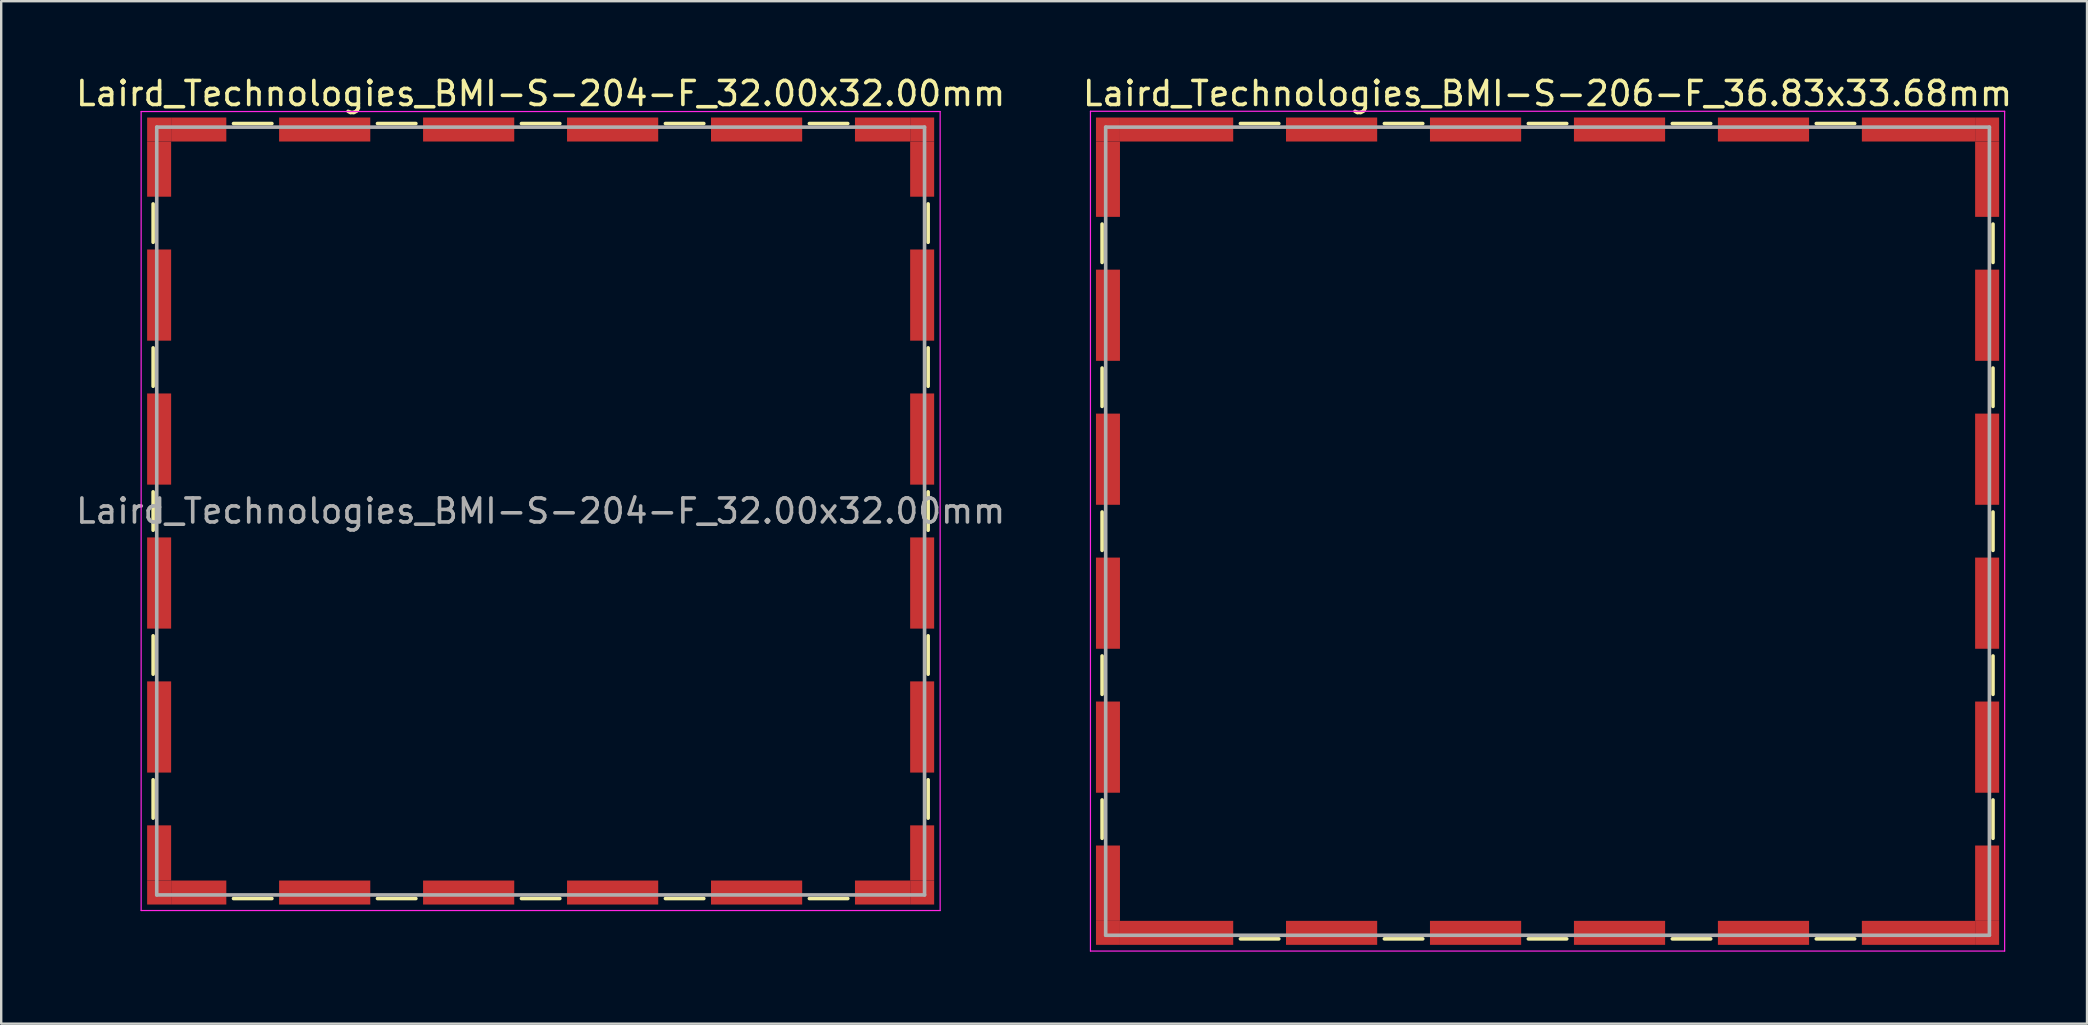
<source format=kicad_pcb>
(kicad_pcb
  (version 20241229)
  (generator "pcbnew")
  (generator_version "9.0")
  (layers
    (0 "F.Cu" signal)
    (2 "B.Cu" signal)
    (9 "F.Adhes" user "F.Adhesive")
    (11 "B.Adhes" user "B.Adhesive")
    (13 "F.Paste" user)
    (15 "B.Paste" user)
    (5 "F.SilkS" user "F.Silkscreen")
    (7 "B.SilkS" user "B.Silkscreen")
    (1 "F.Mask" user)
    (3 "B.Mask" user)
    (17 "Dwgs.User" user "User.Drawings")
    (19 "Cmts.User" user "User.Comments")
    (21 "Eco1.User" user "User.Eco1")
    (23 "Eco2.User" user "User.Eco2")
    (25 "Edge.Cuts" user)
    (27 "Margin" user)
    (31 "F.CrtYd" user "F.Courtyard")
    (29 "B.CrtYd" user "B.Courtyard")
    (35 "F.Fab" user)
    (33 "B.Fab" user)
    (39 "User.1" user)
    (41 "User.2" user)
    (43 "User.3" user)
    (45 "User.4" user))
  (footprint "Laird_Technologies_BMI-S-204-F_32.00x32.00mm"
    (layer "F.Cu")
    (at 19.482 18.248)
    (property "Reference" "Laird_Technologies_BMI-S-204-F_32.00x32.00mm" (at 0 -17.4 0) (layer "F.SilkS") (effects (font (size 1 1) (thickness 0.15))))
    (attr smd)
    (fp_line (start -16.15 -12.8) (end -16.15 -11.2) (stroke (width 0.15) (type solid)) (layer "F.SilkS"))
    (fp_line (start -16.15 -6.8) (end -16.15 -5.2) (stroke (width 0.15) (type solid)) (layer "F.SilkS"))
    (fp_line (start -16.15 -0.8) (end -16.15 0.8) (stroke (width 0.15) (type solid)) (layer "F.SilkS"))
    (fp_line (start -16.15 5.2) (end -16.15 6.8) (stroke (width 0.15) (type solid)) (layer "F.SilkS"))
    (fp_line (start -16.15 11.2) (end -16.15 12.8) (stroke (width 0.15) (type solid)) (layer "F.SilkS"))
    (fp_line (start -12.8 -16.15) (end -11.2 -16.15) (stroke (width 0.15) (type solid)) (layer "F.SilkS"))
    (fp_line (start -12.8 16.15) (end -11.2 16.15) (stroke (width 0.15) (type solid)) (layer "F.SilkS"))
    (fp_line (start -6.8 -16.15) (end -5.2 -16.15) (stroke (width 0.15) (type solid)) (layer "F.SilkS"))
    (fp_line (start -6.8 16.15) (end -5.2 16.15) (stroke (width 0.15) (type solid)) (layer "F.SilkS"))
    (fp_line (start -0.8 -16.15) (end 0.8 -16.15) (stroke (width 0.15) (type solid)) (layer "F.SilkS"))
    (fp_line (start -0.8 16.15) (end 0.8 16.15) (stroke (width 0.15) (type solid)) (layer "F.SilkS"))
    (fp_line (start 5.2 -16.15) (end 6.8 -16.15) (stroke (width 0.15) (type solid)) (layer "F.SilkS"))
    (fp_line (start 5.2 16.15) (end 6.8 16.15) (stroke (width 0.15) (type solid)) (layer "F.SilkS"))
    (fp_line (start 11.2 -16.15) (end 12.8 -16.15) (stroke (width 0.15) (type solid)) (layer "F.SilkS"))
    (fp_line (start 11.2 16.15) (end 12.8 16.15) (stroke (width 0.15) (type solid)) (layer "F.SilkS"))
    (fp_line (start 16.15 -12.8) (end 16.15 -11.2) (stroke (width 0.15) (type solid)) (layer "F.SilkS"))
    (fp_line (start 16.15 -6.8) (end 16.15 -5.2) (stroke (width 0.15) (type solid)) (layer "F.SilkS"))
    (fp_line (start 16.15 -0.8) (end 16.15 0.8) (stroke (width 0.15) (type solid)) (layer "F.SilkS"))
    (fp_line (start 16.15 5.2) (end 16.15 6.8) (stroke (width 0.15) (type solid)) (layer "F.SilkS"))
    (fp_line (start 16.15 11.2) (end 16.15 12.8) (stroke (width 0.15) (type solid)) (layer "F.SilkS"))
    (fp_line (start -16.65 -16.65) (end -16.65 16.65) (stroke (width 0.05) (type solid)) (layer "F.CrtYd"))
    (fp_line (start -16.65 16.65) (end 16.65 16.65) (stroke (width 0.05) (type solid)) (layer "F.CrtYd"))
    (fp_line (start 16.65 -16.65) (end -16.65 -16.65) (stroke (width 0.05) (type solid)) (layer "F.CrtYd"))
    (fp_line (start 16.65 16.65) (end 16.65 -16.65) (stroke (width 0.05) (type solid)) (layer "F.CrtYd"))
    (fp_line (start -16 -16) (end -16 16) (stroke (width 0.15) (type solid)) (layer "F.Fab"))
    (fp_line (start -16 16) (end 16 16) (stroke (width 0.15) (type solid)) (layer "F.Fab"))
    (fp_line (start 16 -16) (end -16 -16) (stroke (width 0.15) (type solid)) (layer "F.Fab"))
    (fp_line (start 16 16) (end 16 -16) (stroke (width 0.15) (type solid)) (layer "F.Fab"))
    (fp_text user "${REFERENCE}" (at 0 0 0) (layer "F.Fab") (effects (font (size 1 1) (thickness 0.15))))
    (pad "1" smd rect (at -15.9 -15.9) (size 1 1) (layers "F.Cu" "F.Mask"))
    (pad "1" smd rect (at -15.9 -14.25) (size 1 2.3) (layers "F.Cu" "F.Mask"))
    (pad "1" smd rect (at -15.9 -9) (size 1 3.8) (layers "F.Cu" "F.Mask"))
    (pad "1" smd rect (at -15.9 -3) (size 1 3.8) (layers "F.Cu" "F.Mask"))
    (pad "1" smd rect (at -15.9 3) (size 1 3.8) (layers "F.Cu" "F.Mask"))
    (pad "1" smd rect (at -15.9 9) (size 1 3.8) (layers "F.Cu" "F.Mask"))
    (pad "1" smd rect (at -15.9 14.25) (size 1 2.3) (layers "F.Cu" "F.Mask"))
    (pad "1" smd rect (at -15.9 15.9) (size 1 1) (layers "F.Cu" "F.Mask"))
    (pad "1" smd rect (at -14.25 -15.9) (size 2.3 1) (layers "F.Cu" "F.Mask"))
    (pad "1" smd rect (at -14.25 15.9) (size 2.3 1) (layers "F.Cu" "F.Mask"))
    (pad "1" smd rect (at -9 -15.9) (size 3.8 1) (layers "F.Cu" "F.Mask"))
    (pad "1" smd rect (at -9 15.9) (size 3.8 1) (layers "F.Cu" "F.Mask"))
    (pad "1" smd rect (at -3 -15.9) (size 3.8 1) (layers "F.Cu" "F.Mask"))
    (pad "1" smd rect (at -3 15.9) (size 3.8 1) (layers "F.Cu" "F.Mask"))
    (pad "1" smd rect (at 3 -15.9) (size 3.8 1) (layers "F.Cu" "F.Mask"))
    (pad "1" smd rect (at 3 15.9) (size 3.8 1) (layers "F.Cu" "F.Mask"))
    (pad "1" smd rect (at 9 -15.9) (size 3.8 1) (layers "F.Cu" "F.Mask"))
    (pad "1" smd rect (at 9 15.9) (size 3.8 1) (layers "F.Cu" "F.Mask"))
    (pad "1" smd rect (at 14.25 -15.9) (size 2.3 1) (layers "F.Cu" "F.Mask"))
    (pad "1" smd rect (at 14.25 15.9) (size 2.3 1) (layers "F.Cu" "F.Mask"))
    (pad "1" smd rect (at 15.9 -15.9) (size 1 1) (layers "F.Cu" "F.Mask"))
    (pad "1" smd rect (at 15.9 -14.25) (size 1 2.3) (layers "F.Cu" "F.Mask"))
    (pad "1" smd rect (at 15.9 -9) (size 1 3.8) (layers "F.Cu" "F.Mask"))
    (pad "1" smd rect (at 15.9 -3) (size 1 3.8) (layers "F.Cu" "F.Mask"))
    (pad "1" smd rect (at 15.9 3) (size 1 3.8) (layers "F.Cu" "F.Mask"))
    (pad "1" smd rect (at 15.9 9) (size 1 3.8) (layers "F.Cu" "F.Mask"))
    (pad "1" smd rect (at 15.9 14.25) (size 1 2.3) (layers "F.Cu" "F.Mask"))
    (pad "1" smd rect (at 15.9 15.9) (size 1 1) (layers "F.Cu" "F.Mask")))
  (footprint "Laird_Technologies_BMI-S-206-F_36.83x33.68mm"
    (layer "F.Cu")
    (at 61.446 19.088)
    (property "Reference" "Laird_Technologies_BMI-S-206-F_36.83x33.68mm" (at 0 -18.24 0) (layer "F.SilkS") (effects (font (size 1 1) (thickness 0.15))))
    (attr smd)
    (fp_line (start -18.565 -12.8) (end -18.565 -11.2) (stroke (width 0.15) (type solid)) (layer "F.SilkS"))
    (fp_line (start -18.565 -6.8) (end -18.565 -5.2) (stroke (width 0.15) (type solid)) (layer "F.SilkS"))
    (fp_line (start -18.565 -0.8) (end -18.565 0.8) (stroke (width 0.15) (type solid)) (layer "F.SilkS"))
    (fp_line (start -18.565 5.2) (end -18.565 6.8) (stroke (width 0.15) (type solid)) (layer "F.SilkS"))
    (fp_line (start -18.565 11.2) (end -18.565 12.8) (stroke (width 0.15) (type solid)) (layer "F.SilkS"))
    (fp_line (start -12.8 -16.99) (end -11.2 -16.99) (stroke (width 0.15) (type solid)) (layer "F.SilkS"))
    (fp_line (start -12.8 16.99) (end -11.2 16.99) (stroke (width 0.15) (type solid)) (layer "F.SilkS"))
    (fp_line (start -6.8 -16.99) (end -5.2 -16.99) (stroke (width 0.15) (type solid)) (layer "F.SilkS"))
    (fp_line (start -6.8 16.99) (end -5.2 16.99) (stroke (width 0.15) (type solid)) (layer "F.SilkS"))
    (fp_line (start -0.8 -16.99) (end 0.8 -16.99) (stroke (width 0.15) (type solid)) (layer "F.SilkS"))
    (fp_line (start -0.8 16.99) (end 0.8 16.99) (stroke (width 0.15) (type solid)) (layer "F.SilkS"))
    (fp_line (start 5.2 -16.99) (end 6.8 -16.99) (stroke (width 0.15) (type solid)) (layer "F.SilkS"))
    (fp_line (start 5.2 16.99) (end 6.8 16.99) (stroke (width 0.15) (type solid)) (layer "F.SilkS"))
    (fp_line (start 11.2 -16.99) (end 12.8 -16.99) (stroke (width 0.15) (type solid)) (layer "F.SilkS"))
    (fp_line (start 11.2 16.99) (end 12.8 16.99) (stroke (width 0.15) (type solid)) (layer "F.SilkS"))
    (fp_line (start 18.565 -12.8) (end 18.565 -11.2) (stroke (width 0.15) (type solid)) (layer "F.SilkS"))
    (fp_line (start 18.565 -6.8) (end 18.565 -5.2) (stroke (width 0.15) (type solid)) (layer "F.SilkS"))
    (fp_line (start 18.565 -0.8) (end 18.565 0.8) (stroke (width 0.15) (type solid)) (layer "F.SilkS"))
    (fp_line (start 18.565 5.2) (end 18.565 6.8) (stroke (width 0.15) (type solid)) (layer "F.SilkS"))
    (fp_line (start 18.565 11.2) (end 18.565 12.8) (stroke (width 0.15) (type solid)) (layer "F.SilkS"))
    (fp_line (start -19.05 -17.5) (end -19.05 17.5) (stroke (width 0.05) (type solid)) (layer "F.CrtYd"))
    (fp_line (start -19.05 17.5) (end 19.05 17.5) (stroke (width 0.05) (type solid)) (layer "F.CrtYd"))
    (fp_line (start 19.05 -17.5) (end -19.05 -17.5) (stroke (width 0.05) (type solid)) (layer "F.CrtYd"))
    (fp_line (start 19.05 17.5) (end 19.05 -17.5) (stroke (width 0.05) (type solid)) (layer "F.CrtYd"))
    (fp_line (start -18.415 -16.84) (end -18.415 16.84) (stroke (width 0.15) (type solid)) (layer "F.Fab"))
    (fp_line (start -18.415 16.84) (end 18.415 16.84) (stroke (width 0.15) (type solid)) (layer "F.Fab"))
    (fp_line (start 18.415 -16.84) (end -18.415 -16.84) (stroke (width 0.15) (type solid)) (layer "F.Fab"))
    (fp_line (start 18.415 16.84) (end 18.415 -16.84) (stroke (width 0.15) (type solid)) (layer "F.Fab"))
    (pad "1" smd rect (at -18.32 -16.74) (size 1 1) (layers "F.Cu" "F.Mask"))
    (pad "1" smd rect (at -18.32 -14.67) (size 1 3.14) (layers "F.Cu" "F.Mask"))
    (pad "1" smd rect (at -18.32 -9) (size 1 3.8) (layers "F.Cu" "F.Mask"))
    (pad "1" smd rect (at -18.32 -3) (size 1 3.8) (layers "F.Cu" "F.Mask"))
    (pad "1" smd rect (at -18.32 3) (size 1 3.8) (layers "F.Cu" "F.Mask"))
    (pad "1" smd rect (at -18.32 9) (size 1 3.8) (layers "F.Cu" "F.Mask"))
    (pad "1" smd rect (at -18.32 14.67) (size 1 3.14) (layers "F.Cu" "F.Mask"))
    (pad "1" smd rect (at -18.32 16.74) (size 1 1) (layers "F.Cu" "F.Mask"))
    (pad "1" smd rect (at -15.46 -16.74) (size 4.72 1) (layers "F.Cu" "F.Mask"))
    (pad "1" smd rect (at -15.46 16.74) (size 4.72 1) (layers "F.Cu" "F.Mask"))
    (pad "1" smd rect (at -9 -16.74) (size 3.8 1) (layers "F.Cu" "F.Mask"))
    (pad "1" smd rect (at -9 16.74) (size 3.8 1) (layers "F.Cu" "F.Mask"))
    (pad "1" smd rect (at -3 -16.74) (size 3.8 1) (layers "F.Cu" "F.Mask"))
    (pad "1" smd rect (at -3 16.74) (size 3.8 1) (layers "F.Cu" "F.Mask"))
    (pad "1" smd rect (at 3 -16.74) (size 3.8 1) (layers "F.Cu" "F.Mask"))
    (pad "1" smd rect (at 3 16.74) (size 3.8 1) (layers "F.Cu" "F.Mask"))
    (pad "1" smd rect (at 9 -16.74) (size 3.8 1) (layers "F.Cu" "F.Mask"))
    (pad "1" smd rect (at 9 16.74) (size 3.8 1) (layers "F.Cu" "F.Mask"))
    (pad "1" smd rect (at 15.46 -16.74) (size 4.72 1) (layers "F.Cu" "F.Mask"))
    (pad "1" smd rect (at 15.46 16.74) (size 4.72 1) (layers "F.Cu" "F.Mask"))
    (pad "1" smd rect (at 18.32 -16.74) (size 1 1) (layers "F.Cu" "F.Mask"))
    (pad "1" smd rect (at 18.32 -14.67) (size 1 3.14) (layers "F.Cu" "F.Mask"))
    (pad "1" smd rect (at 18.32 -9) (size 1 3.8) (layers "F.Cu" "F.Mask"))
    (pad "1" smd rect (at 18.32 -3) (size 1 3.8) (layers "F.Cu" "F.Mask"))
    (pad "1" smd rect (at 18.32 3) (size 1 3.8) (layers "F.Cu" "F.Mask"))
    (pad "1" smd rect (at 18.32 9) (size 1 3.8) (layers "F.Cu" "F.Mask"))
    (pad "1" smd rect (at 18.32 14.67) (size 1 3.14) (layers "F.Cu" "F.Mask"))
    (pad "1" smd rect (at 18.32 16.74) (size 1 1) (layers "F.Cu" "F.Mask")))
  (gr_rect
    (start -3 -3)
    (end 83.929 39.613)
    (stroke (width 0.1) (type default))
    (fill no)
    (layer "Edge.Cuts")))
</source>
